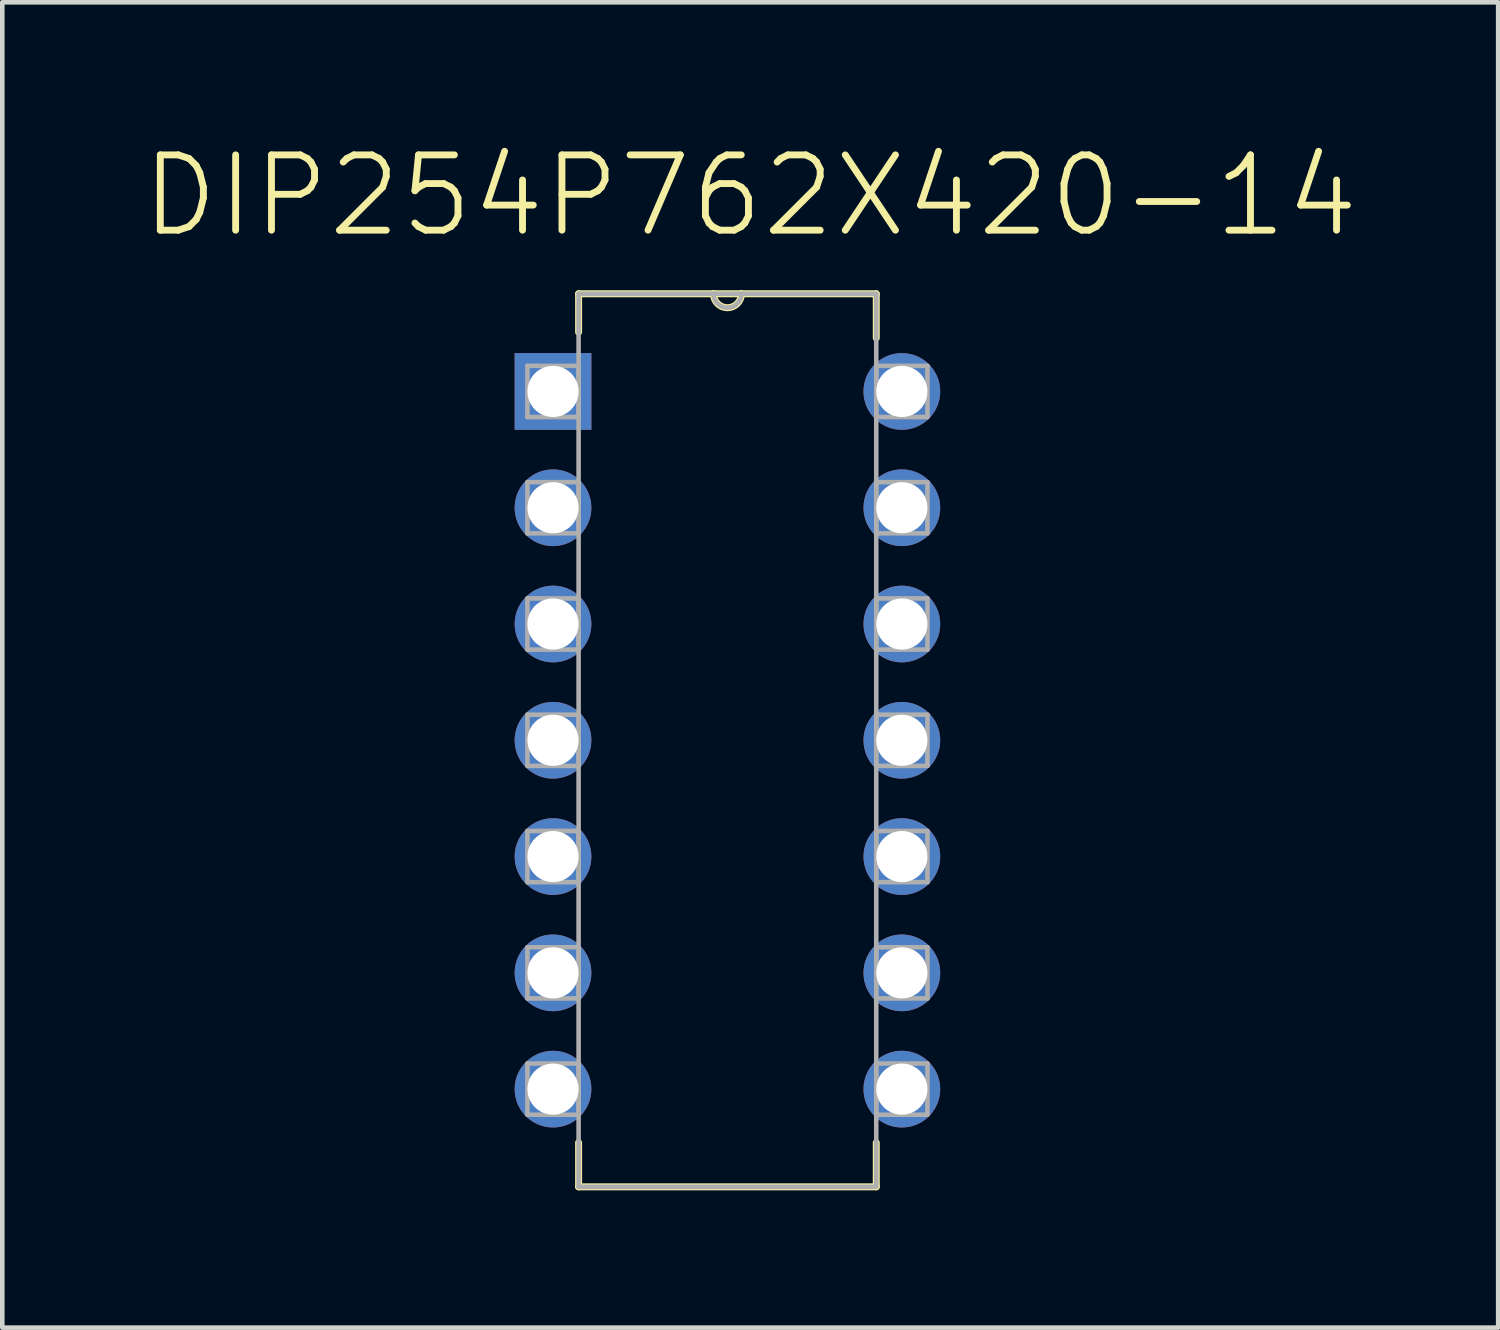
<source format=kicad_pcb>
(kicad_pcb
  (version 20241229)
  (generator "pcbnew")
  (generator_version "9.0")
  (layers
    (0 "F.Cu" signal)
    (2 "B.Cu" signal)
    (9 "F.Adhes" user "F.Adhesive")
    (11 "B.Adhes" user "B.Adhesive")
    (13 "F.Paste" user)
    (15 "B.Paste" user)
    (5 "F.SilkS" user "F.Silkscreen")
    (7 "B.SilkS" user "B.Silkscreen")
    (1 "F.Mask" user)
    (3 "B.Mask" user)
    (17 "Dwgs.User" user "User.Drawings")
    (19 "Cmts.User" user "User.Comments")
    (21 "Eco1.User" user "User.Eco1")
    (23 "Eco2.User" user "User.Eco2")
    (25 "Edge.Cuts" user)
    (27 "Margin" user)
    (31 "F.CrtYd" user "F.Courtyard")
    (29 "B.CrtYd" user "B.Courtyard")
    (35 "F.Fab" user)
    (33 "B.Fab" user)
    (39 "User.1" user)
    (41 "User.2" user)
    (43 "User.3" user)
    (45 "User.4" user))
  (footprint "DIP254P762X420-14"
    (layer "F.Cu")
    (at 16.65 20.741)
    (property "Reference" "DIP254P762X420-14" (at -3.312 -19.516 0) (layer "F.SilkS") (effects (font (size 1.645 1.645) (thickness 0.15))))
    (attr through_hole)
    (fp_line (start -7.061 -17.374) (end -7.061 -16.535) (stroke (width 0.152) (type solid)) (layer "F.SilkS"))
    (fp_line (start -7.061 1.168) (end -7.061 2.134) (stroke (width 0.152) (type solid)) (layer "F.SilkS"))
    (fp_line (start -7.061 2.134) (end -0.559 2.134) (stroke (width 0.152) (type solid)) (layer "F.SilkS"))
    (fp_line (start -4.115 -17.374) (end -7.061 -17.374) (stroke (width 0.152) (type solid)) (layer "F.SilkS"))
    (fp_line (start -3.505 -17.374) (end -4.115 -17.374) (stroke (width 0.152) (type solid)) (layer "F.SilkS"))
    (fp_line (start -0.559 -17.374) (end -3.505 -17.374) (stroke (width 0.152) (type solid)) (layer "F.SilkS"))
    (fp_line (start -0.559 -16.408) (end -0.559 -17.374) (stroke (width 0.152) (type solid)) (layer "F.SilkS"))
    (fp_line (start -0.559 2.134) (end -0.559 1.168) (stroke (width 0.152) (type solid)) (layer "F.SilkS"))
    (fp_arc (start -3.5052 -17.3736) (mid -3.81 -17.0688) (end -4.1148 -17.3736) (stroke (width 0.1524) (type solid)) (layer "F.SilkS"))
    (fp_line (start -8.179 -15.799) (end -8.179 -14.681) (stroke (width 0.1) (type solid)) (layer "F.Fab"))
    (fp_line (start -8.179 -14.681) (end -7.061 -14.681) (stroke (width 0.1) (type solid)) (layer "F.Fab"))
    (fp_line (start -8.179 -13.259) (end -8.179 -12.141) (stroke (width 0.1) (type solid)) (layer "F.Fab"))
    (fp_line (start -8.179 -12.141) (end -7.061 -12.141) (stroke (width 0.1) (type solid)) (layer "F.Fab"))
    (fp_line (start -8.179 -10.719) (end -8.179 -9.601) (stroke (width 0.1) (type solid)) (layer "F.Fab"))
    (fp_line (start -8.179 -9.601) (end -7.061 -9.601) (stroke (width 0.1) (type solid)) (layer "F.Fab"))
    (fp_line (start -8.179 -8.179) (end -8.179 -7.061) (stroke (width 0.1) (type solid)) (layer "F.Fab"))
    (fp_line (start -8.179 -7.061) (end -7.061 -7.061) (stroke (width 0.1) (type solid)) (layer "F.Fab"))
    (fp_line (start -8.179 -5.639) (end -8.179 -4.521) (stroke (width 0.1) (type solid)) (layer "F.Fab"))
    (fp_line (start -8.179 -4.521) (end -7.061 -4.521) (stroke (width 0.1) (type solid)) (layer "F.Fab"))
    (fp_line (start -8.179 -3.099) (end -8.179 -1.981) (stroke (width 0.1) (type solid)) (layer "F.Fab"))
    (fp_line (start -8.179 -1.981) (end -7.061 -1.981) (stroke (width 0.1) (type solid)) (layer "F.Fab"))
    (fp_line (start -8.179 -0.559) (end -8.179 0.559) (stroke (width 0.1) (type solid)) (layer "F.Fab"))
    (fp_line (start -8.179 0.559) (end -7.061 0.559) (stroke (width 0.1) (type solid)) (layer "F.Fab"))
    (fp_line (start -7.061 -17.374) (end -7.061 2.134) (stroke (width 0.1) (type solid)) (layer "F.Fab"))
    (fp_line (start -7.061 -15.799) (end -8.179 -15.799) (stroke (width 0.1) (type solid)) (layer "F.Fab"))
    (fp_line (start -7.061 -14.681) (end -7.061 -15.799) (stroke (width 0.1) (type solid)) (layer "F.Fab"))
    (fp_line (start -7.061 -13.259) (end -8.179 -13.259) (stroke (width 0.1) (type solid)) (layer "F.Fab"))
    (fp_line (start -7.061 -12.141) (end -7.061 -13.259) (stroke (width 0.1) (type solid)) (layer "F.Fab"))
    (fp_line (start -7.061 -10.719) (end -8.179 -10.719) (stroke (width 0.1) (type solid)) (layer "F.Fab"))
    (fp_line (start -7.061 -9.601) (end -7.061 -10.719) (stroke (width 0.1) (type solid)) (layer "F.Fab"))
    (fp_line (start -7.061 -8.179) (end -8.179 -8.179) (stroke (width 0.1) (type solid)) (layer "F.Fab"))
    (fp_line (start -7.061 -7.061) (end -7.061 -8.179) (stroke (width 0.1) (type solid)) (layer "F.Fab"))
    (fp_line (start -7.061 -5.639) (end -8.179 -5.639) (stroke (width 0.1) (type solid)) (layer "F.Fab"))
    (fp_line (start -7.061 -4.521) (end -7.061 -5.639) (stroke (width 0.1) (type solid)) (layer "F.Fab"))
    (fp_line (start -7.061 -3.099) (end -8.179 -3.099) (stroke (width 0.1) (type solid)) (layer "F.Fab"))
    (fp_line (start -7.061 -1.981) (end -7.061 -3.099) (stroke (width 0.1) (type solid)) (layer "F.Fab"))
    (fp_line (start -7.061 -0.559) (end -8.179 -0.559) (stroke (width 0.1) (type solid)) (layer "F.Fab"))
    (fp_line (start -7.061 0.559) (end -7.061 -0.559) (stroke (width 0.1) (type solid)) (layer "F.Fab"))
    (fp_line (start -7.061 2.134) (end -0.559 2.134) (stroke (width 0.1) (type solid)) (layer "F.Fab"))
    (fp_line (start -4.115 -17.374) (end -7.061 -17.374) (stroke (width 0.1) (type solid)) (layer "F.Fab"))
    (fp_line (start -3.505 -17.374) (end -4.115 -17.374) (stroke (width 0.1) (type solid)) (layer "F.Fab"))
    (fp_line (start -0.559 -17.374) (end -3.505 -17.374) (stroke (width 0.1) (type solid)) (layer "F.Fab"))
    (fp_line (start -0.559 -15.799) (end -0.559 -14.681) (stroke (width 0.1) (type solid)) (layer "F.Fab"))
    (fp_line (start -0.559 -14.681) (end 0.559 -14.681) (stroke (width 0.1) (type solid)) (layer "F.Fab"))
    (fp_line (start -0.559 -13.259) (end -0.559 -12.141) (stroke (width 0.1) (type solid)) (layer "F.Fab"))
    (fp_line (start -0.559 -12.141) (end 0.559 -12.141) (stroke (width 0.1) (type solid)) (layer "F.Fab"))
    (fp_line (start -0.559 -10.719) (end -0.559 -9.601) (stroke (width 0.1) (type solid)) (layer "F.Fab"))
    (fp_line (start -0.559 -9.601) (end 0.559 -9.601) (stroke (width 0.1) (type solid)) (layer "F.Fab"))
    (fp_line (start -0.559 -8.179) (end -0.559 -7.061) (stroke (width 0.1) (type solid)) (layer "F.Fab"))
    (fp_line (start -0.559 -7.061) (end 0.559 -7.061) (stroke (width 0.1) (type solid)) (layer "F.Fab"))
    (fp_line (start -0.559 -5.639) (end -0.559 -4.521) (stroke (width 0.1) (type solid)) (layer "F.Fab"))
    (fp_line (start -0.559 -4.521) (end 0.559 -4.521) (stroke (width 0.1) (type solid)) (layer "F.Fab"))
    (fp_line (start -0.559 -3.099) (end -0.559 -1.981) (stroke (width 0.1) (type solid)) (layer "F.Fab"))
    (fp_line (start -0.559 -1.981) (end 0.559 -1.981) (stroke (width 0.1) (type solid)) (layer "F.Fab"))
    (fp_line (start -0.559 -0.559) (end -0.559 0.559) (stroke (width 0.1) (type solid)) (layer "F.Fab"))
    (fp_line (start -0.559 0.559) (end 0.559 0.559) (stroke (width 0.1) (type solid)) (layer "F.Fab"))
    (fp_line (start -0.559 2.134) (end -0.559 -17.374) (stroke (width 0.1) (type solid)) (layer "F.Fab"))
    (fp_line (start 0.559 -15.799) (end -0.559 -15.799) (stroke (width 0.1) (type solid)) (layer "F.Fab"))
    (fp_line (start 0.559 -14.681) (end 0.559 -15.799) (stroke (width 0.1) (type solid)) (layer "F.Fab"))
    (fp_line (start 0.559 -13.259) (end -0.559 -13.259) (stroke (width 0.1) (type solid)) (layer "F.Fab"))
    (fp_line (start 0.559 -12.141) (end 0.559 -13.259) (stroke (width 0.1) (type solid)) (layer "F.Fab"))
    (fp_line (start 0.559 -10.719) (end -0.559 -10.719) (stroke (width 0.1) (type solid)) (layer "F.Fab"))
    (fp_line (start 0.559 -9.601) (end 0.559 -10.719) (stroke (width 0.1) (type solid)) (layer "F.Fab"))
    (fp_line (start 0.559 -8.179) (end -0.559 -8.179) (stroke (width 0.1) (type solid)) (layer "F.Fab"))
    (fp_line (start 0.559 -7.061) (end 0.559 -8.179) (stroke (width 0.1) (type solid)) (layer "F.Fab"))
    (fp_line (start 0.559 -5.639) (end -0.559 -5.639) (stroke (width 0.1) (type solid)) (layer "F.Fab"))
    (fp_line (start 0.559 -4.521) (end 0.559 -5.639) (stroke (width 0.1) (type solid)) (layer "F.Fab"))
    (fp_line (start 0.559 -3.099) (end -0.559 -3.099) (stroke (width 0.1) (type solid)) (layer "F.Fab"))
    (fp_line (start 0.559 -1.981) (end 0.559 -3.099) (stroke (width 0.1) (type solid)) (layer "F.Fab"))
    (fp_line (start 0.559 -0.559) (end -0.559 -0.559) (stroke (width 0.1) (type solid)) (layer "F.Fab"))
    (fp_line (start 0.559 0.559) (end 0.559 -0.559) (stroke (width 0.1) (type solid)) (layer "F.Fab"))
    (fp_arc (start -3.5052 -17.3736) (mid -3.81 -17.0688) (end -4.1148 -17.3736) (stroke (width 0.1) (type solid)) (layer "F.Fab"))
    (pad "1" thru_hole rect (at -7.62 -15.24) (size 1.676 1.676) (drill 1.118) (layers "*.Cu" "*.Mask"))
    (pad "2" thru_hole circle (at -7.62 -12.7) (size 1.676 1.676) (drill 1.118) (layers "*.Cu" "*.Mask"))
    (pad "3" thru_hole circle (at -7.62 -10.16) (size 1.676 1.676) (drill 1.118) (layers "*.Cu" "*.Mask"))
    (pad "4" thru_hole circle (at -7.62 -7.62) (size 1.676 1.676) (drill 1.118) (layers "*.Cu" "*.Mask"))
    (pad "5" thru_hole circle (at -7.62 -5.08) (size 1.676 1.676) (drill 1.118) (layers "*.Cu" "*.Mask"))
    (pad "6" thru_hole circle (at -7.62 -2.54) (size 1.676 1.676) (drill 1.118) (layers "*.Cu" "*.Mask"))
    (pad "7" thru_hole circle (at -7.62 0) (size 1.676 1.676) (drill 1.118) (layers "*.Cu" "*.Mask"))
    (pad "8" thru_hole circle (at 0 0) (size 1.676 1.676) (drill 1.118) (layers "*.Cu" "*.Mask"))
    (pad "9" thru_hole circle (at 0 -2.54) (size 1.676 1.676) (drill 1.118) (layers "*.Cu" "*.Mask"))
    (pad "10" thru_hole circle (at 0 -5.08) (size 1.676 1.676) (drill 1.118) (layers "*.Cu" "*.Mask"))
    (pad "11" thru_hole circle (at 0 -7.62) (size 1.676 1.676) (drill 1.118) (layers "*.Cu" "*.Mask"))
    (pad "12" thru_hole circle (at 0 -10.16) (size 1.676 1.676) (drill 1.118) (layers "*.Cu" "*.Mask"))
    (pad "13" thru_hole circle (at 0 -12.7) (size 1.676 1.676) (drill 1.118) (layers "*.Cu" "*.Mask"))
    (pad "14" thru_hole circle (at 0 -15.24) (size 1.676 1.676) (drill 1.118) (layers "*.Cu" "*.Mask")))
  (gr_rect
    (start -3 -3)
    (end 29.676 25.951)
    (stroke (width 0.1) (type default))
    (fill no)
    (layer "Edge.Cuts")))
</source>
